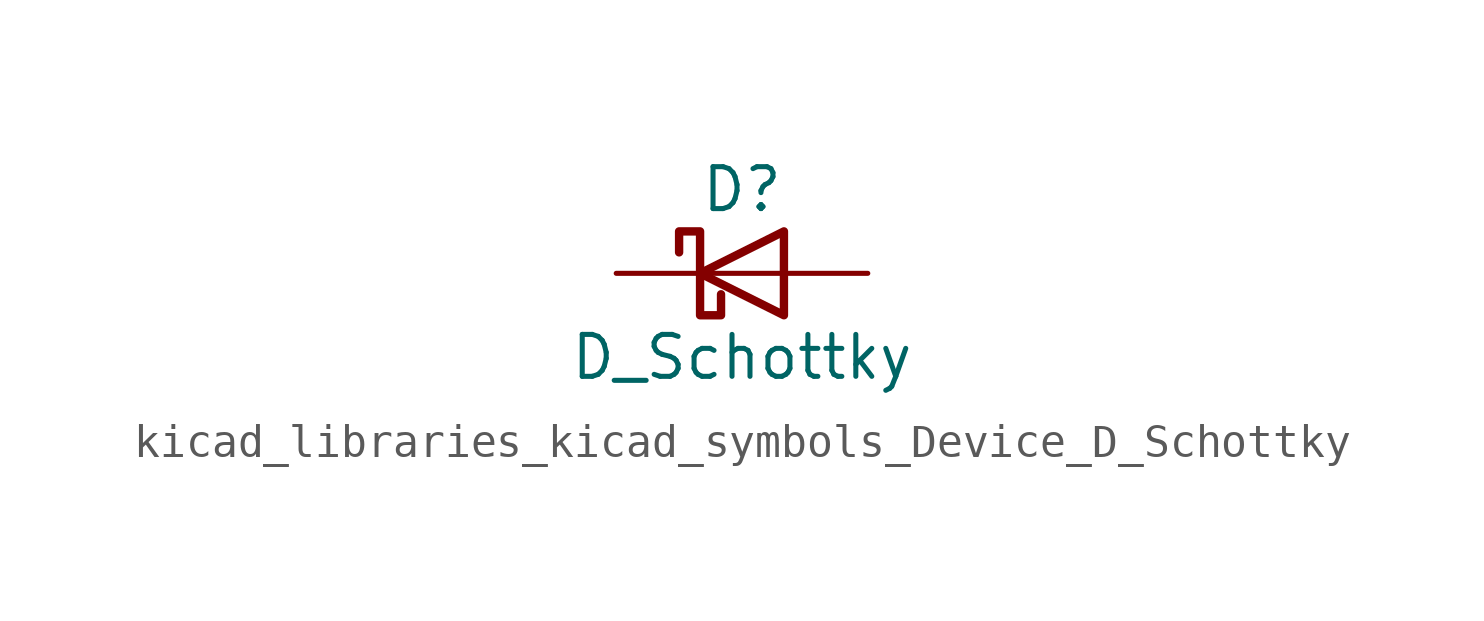
<source format=kicad_sym>
(kicad_symbol_lib
  (version 20220914)
  (generator kicad_symbol_editor)
  (symbol "kicad_libraries_kicad_symbols_Device_D_Schottky"
    (pin_numbers hide)
    (pin_names
      (offset 1.016) hide)
    (property "Reference" "D"
      (at 0 2.54 0)
      (effects (font (size 1.27 1.27))))
    (property "Value" "D_Schottky"
      (at 0 -2.54 0)
      (effects (font (size 1.27 1.27))))
    (symbol "kicad_libraries_kicad_symbols_Device_D_Schottky_0_1"
      (polyline (pts (xy 1.27 0) (xy -1.27 0)) (stroke (width 0) (type default)) (fill (type none)))
      (polyline (pts (xy 1.27 1.27) (xy 1.27 -1.27) (xy -1.27 0) (xy 1.27 1.27)) (stroke (width 0.254) (type default)) (fill (type none)))
      (polyline (pts (xy -1.905 0.635) (xy -1.905 1.27) (xy -1.27 1.27) (xy -1.27 -1.27) (xy -0.635 -1.27) (xy -0.635 -0.635)) (stroke (width 0.254) (type default)) (fill (type none))))
    (symbol "kicad_libraries_kicad_symbols_Device_D_Schottky_1_1"
      (pin passive line (at -3.81 0 0) (length 2.54) (name "K" (effects (font (size 1.27 1.27)))) (number "1" (effects (font (size 1.27 1.27)))))
      (pin passive line (at 3.81 0 180) (length 2.54) (name "A" (effects (font (size 1.27 1.27)))) (number "2" (effects (font (size 1.27 1.27))))))))
</source>
